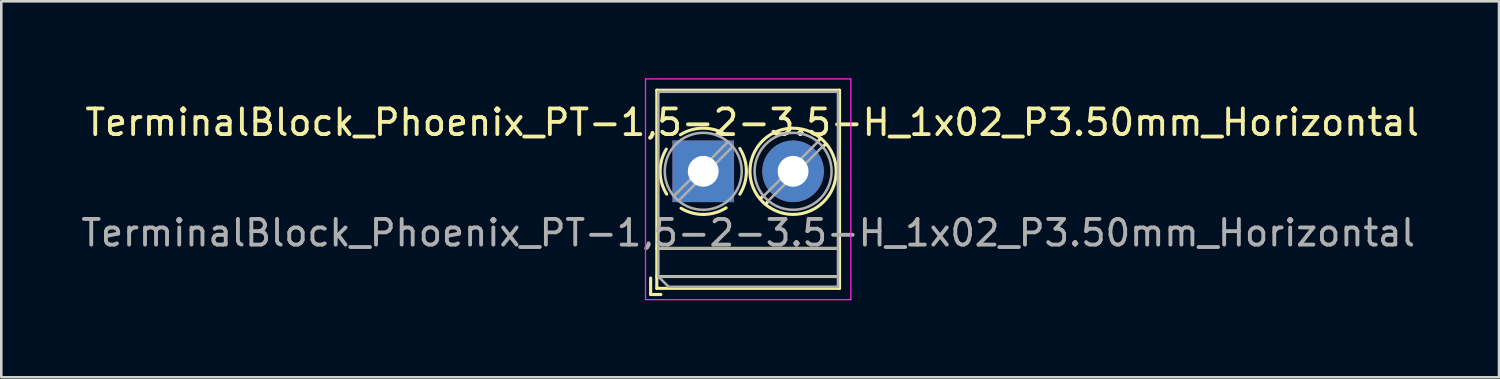
<source format=kicad_pcb>
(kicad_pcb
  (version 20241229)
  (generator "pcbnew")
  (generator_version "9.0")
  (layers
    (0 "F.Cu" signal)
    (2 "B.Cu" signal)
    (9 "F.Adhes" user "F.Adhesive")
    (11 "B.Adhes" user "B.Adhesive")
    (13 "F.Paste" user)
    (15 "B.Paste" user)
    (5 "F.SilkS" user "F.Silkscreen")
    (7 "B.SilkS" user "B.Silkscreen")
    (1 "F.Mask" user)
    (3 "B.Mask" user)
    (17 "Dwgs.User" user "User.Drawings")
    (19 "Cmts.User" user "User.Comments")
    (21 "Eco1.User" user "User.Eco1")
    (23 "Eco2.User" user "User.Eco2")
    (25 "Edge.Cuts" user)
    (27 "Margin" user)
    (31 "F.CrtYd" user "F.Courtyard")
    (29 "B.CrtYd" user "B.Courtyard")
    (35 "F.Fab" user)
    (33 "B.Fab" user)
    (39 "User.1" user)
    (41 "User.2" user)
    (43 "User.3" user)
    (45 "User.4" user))
  (footprint "TerminalBlock_Phoenix_PT-1,5-2-3.5-H_1x02_P3.50mm_Horizontal"
    (layer "F.Cu")
    (at 24.351 3.625)
    (property "Reference" "TerminalBlock_Phoenix_PT-1,5-2-3.5-H_1x02_P3.50mm_Horizontal" (at 1.905 -1.905 0) (layer "F.SilkS") (effects (font (size 1 1) (thickness 0.15))))
    (attr through_hole)
    (fp_line (start -2.05 4.16) (end -2.05 4.8) (stroke (width 0.12) (type solid)) (layer "F.SilkS"))
    (fp_line (start -2.05 4.8) (end -1.65 4.8) (stroke (width 0.12) (type solid)) (layer "F.SilkS"))
    (fp_line (start -1.81 -3.16) (end -1.81 4.56) (stroke (width 0.12) (type solid)) (layer "F.SilkS"))
    (fp_line (start -1.81 -3.16) (end 5.31 -3.16) (stroke (width 0.12) (type solid)) (layer "F.SilkS"))
    (fp_line (start -1.81 3) (end 5.31 3) (stroke (width 0.12) (type solid)) (layer "F.SilkS"))
    (fp_line (start -1.81 4.1) (end 5.31 4.1) (stroke (width 0.12) (type solid)) (layer "F.SilkS"))
    (fp_line (start -1.81 4.56) (end 5.31 4.56) (stroke (width 0.12) (type solid)) (layer "F.SilkS"))
    (fp_line (start 2.355 0.941) (end 2.226 1.069) (stroke (width 0.12) (type solid)) (layer "F.SilkS"))
    (fp_line (start 2.525 1.181) (end 2.431 1.274) (stroke (width 0.12) (type solid)) (layer "F.SilkS"))
    (fp_line (start 4.57 -1.275) (end 4.476 -1.181) (stroke (width 0.12) (type solid)) (layer "F.SilkS"))
    (fp_line (start 4.775 -1.069) (end 4.646 -0.941) (stroke (width 0.12) (type solid)) (layer "F.SilkS"))
    (fp_line (start 5.31 -3.16) (end 5.31 4.56) (stroke (width 0.12) (type solid)) (layer "F.SilkS"))
    (fp_arc (start -1.425358 0.889894) (mid -1.680286 0.014012) (end -1.44 -0.866) (stroke (width 0.12) (type solid)) (layer "F.SilkS"))
    (fp_arc (start -0.889894 -1.425358) (mid -0.014012 -1.680286) (end 0.866 -1.44) (stroke (width 0.12) (type solid)) (layer "F.SilkS"))
    (fp_arc (start 0.028674 1.680099) (mid -0.435535 1.622918) (end -0.866 1.44) (stroke (width 0.12) (type solid)) (layer "F.SilkS"))
    (fp_arc (start 0.890264 1.424721) (mid 0.463071 1.61492) (end 0 1.68) (stroke (width 0.12) (type solid)) (layer "F.SilkS"))
    (fp_arc (start 1.425504 -0.890193) (mid 1.680626 0.000476) (end 1.425 0.891) (stroke (width 0.12) (type solid)) (layer "F.SilkS"))
    (fp_circle (center 3.5 0) (end 5.18 0) (stroke (width 0.12) (type solid)) (fill no) (layer "F.SilkS"))
    (fp_line (start -2.25 -3.6) (end -2.25 5) (stroke (width 0.05) (type solid)) (layer "F.CrtYd"))
    (fp_line (start -2.25 5) (end 5.75 5) (stroke (width 0.05) (type solid)) (layer "F.CrtYd"))
    (fp_line (start 5.75 -3.6) (end -2.25 -3.6) (stroke (width 0.05) (type solid)) (layer "F.CrtYd"))
    (fp_line (start 5.75 5) (end 5.75 -3.6) (stroke (width 0.05) (type solid)) (layer "F.CrtYd"))
    (fp_line (start -1.75 -3.1) (end 5.25 -3.1) (stroke (width 0.1) (type solid)) (layer "F.Fab"))
    (fp_line (start -1.75 3) (end 5.25 3) (stroke (width 0.1) (type solid)) (layer "F.Fab"))
    (fp_line (start -1.75 4.1) (end -1.75 -3.1) (stroke (width 0.1) (type solid)) (layer "F.Fab"))
    (fp_line (start -1.75 4.1) (end 5.25 4.1) (stroke (width 0.1) (type solid)) (layer "F.Fab"))
    (fp_line (start -1.35 4.5) (end -1.75 4.1) (stroke (width 0.1) (type solid)) (layer "F.Fab"))
    (fp_line (start 0.955 -1.138) (end -1.138 0.955) (stroke (width 0.1) (type solid)) (layer "F.Fab"))
    (fp_line (start 1.138 -0.955) (end -0.955 1.138) (stroke (width 0.1) (type solid)) (layer "F.Fab"))
    (fp_line (start 4.455 -1.138) (end 2.363 0.955) (stroke (width 0.1) (type solid)) (layer "F.Fab"))
    (fp_line (start 4.638 -0.955) (end 2.546 1.138) (stroke (width 0.1) (type solid)) (layer "F.Fab"))
    (fp_line (start 5.25 -3.1) (end 5.25 4.5) (stroke (width 0.1) (type solid)) (layer "F.Fab"))
    (fp_line (start 5.25 4.5) (end -1.35 4.5) (stroke (width 0.1) (type solid)) (layer "F.Fab"))
    (fp_circle (center 0 0) (end 1.5 0) (stroke (width 0.1) (type solid)) (fill no) (layer "F.Fab"))
    (fp_circle (center 3.5 0) (end 5 0) (stroke (width 0.1) (type solid)) (fill no) (layer "F.Fab"))
    (fp_text user "${REFERENCE}" (at 1.75 2.4 0) (layer "F.Fab") (effects (font (size 1 1) (thickness 0.15))))
    (pad "1" thru_hole rect (at 0 0) (size 2.4 2.4) (drill 1.2) (layers "*.Cu" "*.Mask"))
    (pad "2" thru_hole circle (at 3.5 0) (size 2.4 2.4) (drill 1.2) (layers "*.Cu" "*.Mask")))
  (gr_rect
    (start -3 -3)
    (end 55.357 11.65)
    (stroke (width 0.1) (type default))
    (fill no)
    (layer "Edge.Cuts")))
</source>
